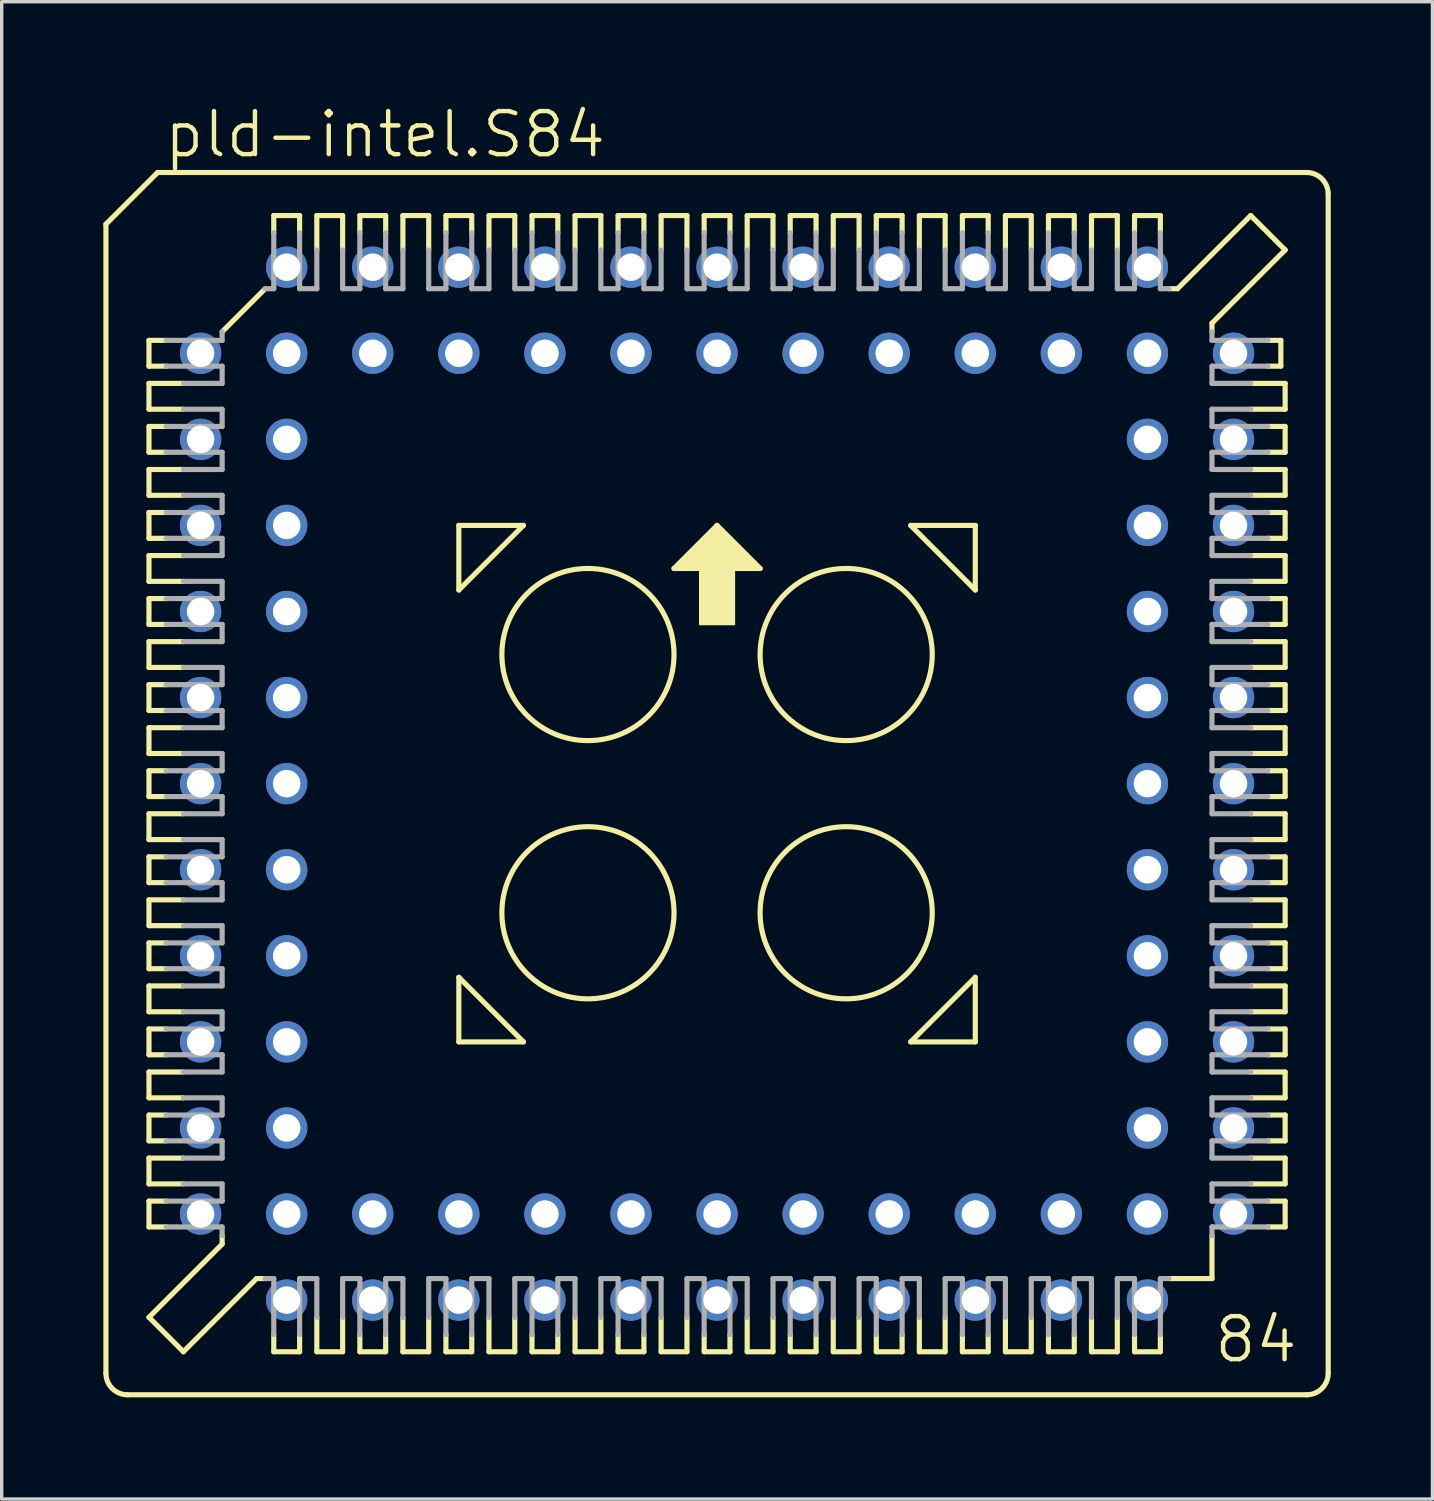
<source format=kicad_pcb>
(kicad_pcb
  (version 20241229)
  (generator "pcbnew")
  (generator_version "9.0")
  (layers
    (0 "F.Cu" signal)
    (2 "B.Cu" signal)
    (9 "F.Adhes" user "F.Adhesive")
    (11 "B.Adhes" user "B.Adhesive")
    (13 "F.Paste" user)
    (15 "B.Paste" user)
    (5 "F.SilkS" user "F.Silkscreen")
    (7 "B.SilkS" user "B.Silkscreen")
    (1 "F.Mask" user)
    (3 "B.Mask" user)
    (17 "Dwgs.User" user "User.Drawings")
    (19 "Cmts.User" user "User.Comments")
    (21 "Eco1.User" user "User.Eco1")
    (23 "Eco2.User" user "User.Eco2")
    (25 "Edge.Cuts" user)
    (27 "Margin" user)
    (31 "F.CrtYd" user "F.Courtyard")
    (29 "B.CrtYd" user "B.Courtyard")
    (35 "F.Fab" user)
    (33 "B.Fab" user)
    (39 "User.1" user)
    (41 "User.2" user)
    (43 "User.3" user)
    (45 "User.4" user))
  (footprint "pld-intel.S84"
    (layer "F.Cu")
    (at 18.11 20.075)
    (property "Reference" "pld-intel.S84" (at -16.383 -18.415 0) (layer "F.SilkS") (effects (font (size 1.27 1.27) (thickness 0.13)) (justify left bottom)))
    (attr through_hole)
    (fp_line (start -18.034 -16.51) (end -18.034 17.399) (stroke (width 0.152) (type default)) (layer "F.SilkS"))
    (fp_line (start -16.764 -13.081) (end -16.764 -12.319) (stroke (width 0.152) (type default)) (layer "F.SilkS"))
    (fp_line (start -16.764 -12.319) (end -16.256 -12.319) (stroke (width 0.152) (type default)) (layer "F.SilkS"))
    (fp_line (start -16.764 -11.811) (end -16.764 -11.049) (stroke (width 0.152) (type default)) (layer "F.SilkS"))
    (fp_line (start -16.764 -11.049) (end -15.748 -11.049) (stroke (width 0.152) (type default)) (layer "F.SilkS"))
    (fp_line (start -16.764 -10.541) (end -16.764 -9.779) (stroke (width 0.152) (type default)) (layer "F.SilkS"))
    (fp_line (start -16.764 -9.779) (end -16.256 -9.779) (stroke (width 0.152) (type default)) (layer "F.SilkS"))
    (fp_line (start -16.764 -9.271) (end -16.764 -8.509) (stroke (width 0.152) (type default)) (layer "F.SilkS"))
    (fp_line (start -16.764 -8.509) (end -15.748 -8.509) (stroke (width 0.152) (type default)) (layer "F.SilkS"))
    (fp_line (start -16.764 -8.001) (end -16.256 -8.001) (stroke (width 0.152) (type default)) (layer "F.SilkS"))
    (fp_line (start -16.764 -7.239) (end -16.764 -8.001) (stroke (width 0.152) (type default)) (layer "F.SilkS"))
    (fp_line (start -16.764 -6.731) (end -16.764 -5.969) (stroke (width 0.152) (type default)) (layer "F.SilkS"))
    (fp_line (start -16.764 -5.969) (end -15.748 -5.969) (stroke (width 0.152) (type default)) (layer "F.SilkS"))
    (fp_line (start -16.764 -5.461) (end -16.764 -4.699) (stroke (width 0.152) (type default)) (layer "F.SilkS"))
    (fp_line (start -16.764 -4.699) (end -16.256 -4.699) (stroke (width 0.152) (type default)) (layer "F.SilkS"))
    (fp_line (start -16.764 -4.191) (end -16.764 -3.429) (stroke (width 0.152) (type default)) (layer "F.SilkS"))
    (fp_line (start -16.764 -3.429) (end -15.748 -3.429) (stroke (width 0.152) (type default)) (layer "F.SilkS"))
    (fp_line (start -16.764 -2.921) (end -16.764 -2.159) (stroke (width 0.152) (type default)) (layer "F.SilkS"))
    (fp_line (start -16.764 -2.159) (end -16.256 -2.159) (stroke (width 0.152) (type default)) (layer "F.SilkS"))
    (fp_line (start -16.764 -1.651) (end -15.748 -1.651) (stroke (width 0.152) (type default)) (layer "F.SilkS"))
    (fp_line (start -16.764 -0.889) (end -16.764 -1.651) (stroke (width 0.152) (type default)) (layer "F.SilkS"))
    (fp_line (start -16.764 -0.381) (end -16.256 -0.381) (stroke (width 0.152) (type default)) (layer "F.SilkS"))
    (fp_line (start -16.764 0.381) (end -16.764 -0.381) (stroke (width 0.152) (type default)) (layer "F.SilkS"))
    (fp_line (start -16.764 0.889) (end -15.748 0.889) (stroke (width 0.152) (type default)) (layer "F.SilkS"))
    (fp_line (start -16.764 1.651) (end -16.764 0.889) (stroke (width 0.152) (type default)) (layer "F.SilkS"))
    (fp_line (start -16.764 2.159) (end -16.256 2.159) (stroke (width 0.152) (type default)) (layer "F.SilkS"))
    (fp_line (start -16.764 2.921) (end -16.764 2.159) (stroke (width 0.152) (type default)) (layer "F.SilkS"))
    (fp_line (start -16.764 3.429) (end -15.748 3.429) (stroke (width 0.152) (type default)) (layer "F.SilkS"))
    (fp_line (start -16.764 4.191) (end -16.764 3.429) (stroke (width 0.152) (type default)) (layer "F.SilkS"))
    (fp_line (start -16.764 4.699) (end -16.256 4.699) (stroke (width 0.152) (type default)) (layer "F.SilkS"))
    (fp_line (start -16.764 5.461) (end -16.764 4.699) (stroke (width 0.152) (type default)) (layer "F.SilkS"))
    (fp_line (start -16.764 5.969) (end -16.764 6.731) (stroke (width 0.152) (type default)) (layer "F.SilkS"))
    (fp_line (start -16.764 6.731) (end -15.748 6.731) (stroke (width 0.152) (type default)) (layer "F.SilkS"))
    (fp_line (start -16.764 7.239) (end -16.764 8.001) (stroke (width 0.152) (type default)) (layer "F.SilkS"))
    (fp_line (start -16.764 8.001) (end -16.256 8.001) (stroke (width 0.152) (type default)) (layer "F.SilkS"))
    (fp_line (start -16.764 8.509) (end -16.764 9.271) (stroke (width 0.152) (type default)) (layer "F.SilkS"))
    (fp_line (start -16.764 9.271) (end -15.748 9.271) (stroke (width 0.152) (type default)) (layer "F.SilkS"))
    (fp_line (start -16.764 9.779) (end -16.764 10.541) (stroke (width 0.152) (type default)) (layer "F.SilkS"))
    (fp_line (start -16.764 10.541) (end -16.256 10.541) (stroke (width 0.152) (type default)) (layer "F.SilkS"))
    (fp_line (start -16.764 11.049) (end -15.748 11.049) (stroke (width 0.152) (type default)) (layer "F.SilkS"))
    (fp_line (start -16.764 11.811) (end -16.764 11.049) (stroke (width 0.152) (type default)) (layer "F.SilkS"))
    (fp_line (start -16.764 12.319) (end -16.256 12.319) (stroke (width 0.152) (type default)) (layer "F.SilkS"))
    (fp_line (start -16.764 13.081) (end -16.764 12.319) (stroke (width 0.152) (type default)) (layer "F.SilkS"))
    (fp_line (start -16.764 15.748) (end -14.605 13.589) (stroke (width 0.152) (type default)) (layer "F.SilkS"))
    (fp_line (start -16.51 -18.034) (end -18.034 -16.51) (stroke (width 0.152) (type default)) (layer "F.SilkS"))
    (fp_line (start -16.256 -13.081) (end -16.764 -13.081) (stroke (width 0.152) (type default)) (layer "F.SilkS"))
    (fp_line (start -16.256 -10.541) (end -16.764 -10.541) (stroke (width 0.152) (type default)) (layer "F.SilkS"))
    (fp_line (start -16.256 -7.239) (end -16.764 -7.239) (stroke (width 0.152) (type default)) (layer "F.SilkS"))
    (fp_line (start -16.256 -5.461) (end -16.764 -5.461) (stroke (width 0.152) (type default)) (layer "F.SilkS"))
    (fp_line (start -16.256 -2.921) (end -16.764 -2.921) (stroke (width 0.152) (type default)) (layer "F.SilkS"))
    (fp_line (start -16.256 0.381) (end -16.764 0.381) (stroke (width 0.152) (type default)) (layer "F.SilkS"))
    (fp_line (start -16.256 2.921) (end -16.764 2.921) (stroke (width 0.152) (type default)) (layer "F.SilkS"))
    (fp_line (start -16.256 5.461) (end -16.764 5.461) (stroke (width 0.152) (type default)) (layer "F.SilkS"))
    (fp_line (start -16.256 7.239) (end -16.764 7.239) (stroke (width 0.152) (type default)) (layer "F.SilkS"))
    (fp_line (start -16.256 9.779) (end -16.764 9.779) (stroke (width 0.152) (type default)) (layer "F.SilkS"))
    (fp_line (start -16.256 13.081) (end -16.764 13.081) (stroke (width 0.152) (type default)) (layer "F.SilkS"))
    (fp_line (start -15.748 -11.811) (end -16.764 -11.811) (stroke (width 0.152) (type default)) (layer "F.SilkS"))
    (fp_line (start -15.748 -9.271) (end -16.764 -9.271) (stroke (width 0.152) (type default)) (layer "F.SilkS"))
    (fp_line (start -15.748 -6.731) (end -16.764 -6.731) (stroke (width 0.152) (type default)) (layer "F.SilkS"))
    (fp_line (start -15.748 -4.191) (end -16.764 -4.191) (stroke (width 0.152) (type default)) (layer "F.SilkS"))
    (fp_line (start -15.748 -0.889) (end -16.764 -0.889) (stroke (width 0.152) (type default)) (layer "F.SilkS"))
    (fp_line (start -15.748 1.651) (end -16.764 1.651) (stroke (width 0.152) (type default)) (layer "F.SilkS"))
    (fp_line (start -15.748 4.191) (end -16.764 4.191) (stroke (width 0.152) (type default)) (layer "F.SilkS"))
    (fp_line (start -15.748 5.969) (end -16.764 5.969) (stroke (width 0.152) (type default)) (layer "F.SilkS"))
    (fp_line (start -15.748 8.509) (end -16.764 8.509) (stroke (width 0.152) (type default)) (layer "F.SilkS"))
    (fp_line (start -15.748 11.811) (end -16.764 11.811) (stroke (width 0.152) (type default)) (layer "F.SilkS"))
    (fp_line (start -15.748 16.764) (end -16.764 15.748) (stroke (width 0.152) (type default)) (layer "F.SilkS"))
    (fp_line (start -15.748 16.764) (end -13.589 14.605) (stroke (width 0.152) (type default)) (layer "F.SilkS"))
    (fp_line (start -14.605 -13.335) (end -13.335 -14.605) (stroke (width 0.152) (type default)) (layer "F.SilkS"))
    (fp_line (start -14.605 13.589) (end -14.605 13.335) (stroke (width 0.152) (type default)) (layer "F.SilkS"))
    (fp_line (start -13.589 14.605) (end -13.335 14.605) (stroke (width 0.152) (type default)) (layer "F.SilkS"))
    (fp_line (start -13.081 -16.764) (end -13.081 -16.256) (stroke (width 0.152) (type default)) (layer "F.SilkS"))
    (fp_line (start -13.081 16.256) (end -13.081 16.764) (stroke (width 0.152) (type default)) (layer "F.SilkS"))
    (fp_line (start -13.081 16.764) (end -12.319 16.764) (stroke (width 0.152) (type default)) (layer "F.SilkS"))
    (fp_line (start -12.319 -16.764) (end -13.081 -16.764) (stroke (width 0.152) (type default)) (layer "F.SilkS"))
    (fp_line (start -12.319 -16.256) (end -12.319 -16.764) (stroke (width 0.152) (type default)) (layer "F.SilkS"))
    (fp_line (start -12.319 16.764) (end -12.319 16.256) (stroke (width 0.152) (type default)) (layer "F.SilkS"))
    (fp_line (start -11.811 -16.764) (end -11.049 -16.764) (stroke (width 0.152) (type default)) (layer "F.SilkS"))
    (fp_line (start -11.811 -15.748) (end -11.811 -16.764) (stroke (width 0.152) (type default)) (layer "F.SilkS"))
    (fp_line (start -11.811 15.748) (end -11.811 16.764) (stroke (width 0.152) (type default)) (layer "F.SilkS"))
    (fp_line (start -11.811 16.764) (end -11.049 16.764) (stroke (width 0.152) (type default)) (layer "F.SilkS"))
    (fp_line (start -11.049 -16.764) (end -11.049 -15.748) (stroke (width 0.152) (type default)) (layer "F.SilkS"))
    (fp_line (start -11.049 16.764) (end -11.049 15.748) (stroke (width 0.152) (type default)) (layer "F.SilkS"))
    (fp_line (start -10.541 -16.764) (end -10.541 -16.256) (stroke (width 0.152) (type default)) (layer "F.SilkS"))
    (fp_line (start -10.541 16.256) (end -10.541 16.764) (stroke (width 0.152) (type default)) (layer "F.SilkS"))
    (fp_line (start -10.541 16.764) (end -9.779 16.764) (stroke (width 0.152) (type default)) (layer "F.SilkS"))
    (fp_line (start -9.779 -16.764) (end -10.541 -16.764) (stroke (width 0.152) (type default)) (layer "F.SilkS"))
    (fp_line (start -9.779 -16.256) (end -9.779 -16.764) (stroke (width 0.152) (type default)) (layer "F.SilkS"))
    (fp_line (start -9.779 16.764) (end -9.779 16.256) (stroke (width 0.152) (type default)) (layer "F.SilkS"))
    (fp_line (start -9.271 -16.764) (end -9.271 -15.748) (stroke (width 0.152) (type default)) (layer "F.SilkS"))
    (fp_line (start -9.271 15.748) (end -9.271 16.764) (stroke (width 0.152) (type default)) (layer "F.SilkS"))
    (fp_line (start -9.271 16.764) (end -8.509 16.764) (stroke (width 0.152) (type default)) (layer "F.SilkS"))
    (fp_line (start -8.509 -16.764) (end -9.271 -16.764) (stroke (width 0.152) (type default)) (layer "F.SilkS"))
    (fp_line (start -8.509 -15.748) (end -8.509 -16.764) (stroke (width 0.152) (type default)) (layer "F.SilkS"))
    (fp_line (start -8.509 16.764) (end -8.509 15.748) (stroke (width 0.152) (type default)) (layer "F.SilkS"))
    (fp_line (start -8.001 -16.764) (end -8.001 -16.256) (stroke (width 0.152) (type default)) (layer "F.SilkS"))
    (fp_line (start -8.001 16.764) (end -8.001 16.256) (stroke (width 0.152) (type default)) (layer "F.SilkS"))
    (fp_line (start -7.62 -7.62) (end -5.715 -7.62) (stroke (width 0.152) (type default)) (layer "F.SilkS"))
    (fp_line (start -7.62 -5.715) (end -7.62 -7.62) (stroke (width 0.152) (type default)) (layer "F.SilkS"))
    (fp_line (start -7.62 5.715) (end -5.715 7.62) (stroke (width 0.152) (type default)) (layer "F.SilkS"))
    (fp_line (start -7.62 7.62) (end -7.62 5.715) (stroke (width 0.152) (type default)) (layer "F.SilkS"))
    (fp_line (start -7.239 -16.764) (end -8.001 -16.764) (stroke (width 0.152) (type default)) (layer "F.SilkS"))
    (fp_line (start -7.239 -16.256) (end -7.239 -16.764) (stroke (width 0.152) (type default)) (layer "F.SilkS"))
    (fp_line (start -7.239 16.256) (end -7.239 16.764) (stroke (width 0.152) (type default)) (layer "F.SilkS"))
    (fp_line (start -7.239 16.764) (end -8.001 16.764) (stroke (width 0.152) (type default)) (layer "F.SilkS"))
    (fp_line (start -6.731 -16.764) (end -6.731 -15.748) (stroke (width 0.152) (type default)) (layer "F.SilkS"))
    (fp_line (start -6.731 15.748) (end -6.731 16.764) (stroke (width 0.152) (type default)) (layer "F.SilkS"))
    (fp_line (start -6.731 16.764) (end -5.969 16.764) (stroke (width 0.152) (type default)) (layer "F.SilkS"))
    (fp_line (start -5.969 -16.764) (end -6.731 -16.764) (stroke (width 0.152) (type default)) (layer "F.SilkS"))
    (fp_line (start -5.969 -15.748) (end -5.969 -16.764) (stroke (width 0.152) (type default)) (layer "F.SilkS"))
    (fp_line (start -5.969 16.764) (end -5.969 15.748) (stroke (width 0.152) (type default)) (layer "F.SilkS"))
    (fp_line (start -5.715 -7.62) (end -7.62 -5.715) (stroke (width 0.152) (type default)) (layer "F.SilkS"))
    (fp_line (start -5.715 7.62) (end -7.62 7.62) (stroke (width 0.152) (type default)) (layer "F.SilkS"))
    (fp_line (start -5.461 -16.764) (end -5.461 -16.256) (stroke (width 0.152) (type default)) (layer "F.SilkS"))
    (fp_line (start -5.461 16.256) (end -5.461 16.764) (stroke (width 0.152) (type default)) (layer "F.SilkS"))
    (fp_line (start -5.461 16.764) (end -4.699 16.764) (stroke (width 0.152) (type default)) (layer "F.SilkS"))
    (fp_line (start -4.699 -16.764) (end -5.461 -16.764) (stroke (width 0.152) (type default)) (layer "F.SilkS"))
    (fp_line (start -4.699 -16.256) (end -4.699 -16.764) (stroke (width 0.152) (type default)) (layer "F.SilkS"))
    (fp_line (start -4.699 16.764) (end -4.699 16.256) (stroke (width 0.152) (type default)) (layer "F.SilkS"))
    (fp_line (start -4.191 -16.764) (end -4.191 -15.748) (stroke (width 0.152) (type default)) (layer "F.SilkS"))
    (fp_line (start -4.191 15.748) (end -4.191 16.764) (stroke (width 0.152) (type default)) (layer "F.SilkS"))
    (fp_line (start -4.191 16.764) (end -3.429 16.764) (stroke (width 0.152) (type default)) (layer "F.SilkS"))
    (fp_line (start -3.429 -16.764) (end -4.191 -16.764) (stroke (width 0.152) (type default)) (layer "F.SilkS"))
    (fp_line (start -3.429 -15.748) (end -3.429 -16.764) (stroke (width 0.152) (type default)) (layer "F.SilkS"))
    (fp_line (start -3.429 16.764) (end -3.429 15.748) (stroke (width 0.152) (type default)) (layer "F.SilkS"))
    (fp_line (start -2.921 -16.764) (end -2.921 -16.256) (stroke (width 0.152) (type default)) (layer "F.SilkS"))
    (fp_line (start -2.921 16.256) (end -2.921 16.764) (stroke (width 0.152) (type default)) (layer "F.SilkS"))
    (fp_line (start -2.921 16.764) (end -2.159 16.764) (stroke (width 0.152) (type default)) (layer "F.SilkS"))
    (fp_line (start -2.159 -16.764) (end -2.921 -16.764) (stroke (width 0.152) (type default)) (layer "F.SilkS"))
    (fp_line (start -2.159 -16.256) (end -2.159 -16.764) (stroke (width 0.152) (type default)) (layer "F.SilkS"))
    (fp_line (start -2.159 16.764) (end -2.159 16.256) (stroke (width 0.152) (type default)) (layer "F.SilkS"))
    (fp_line (start -1.651 -16.764) (end -1.651 -15.748) (stroke (width 0.152) (type default)) (layer "F.SilkS"))
    (fp_line (start -1.651 15.748) (end -1.651 16.764) (stroke (width 0.152) (type default)) (layer "F.SilkS"))
    (fp_line (start -1.651 16.764) (end -0.889 16.764) (stroke (width 0.152) (type default)) (layer "F.SilkS"))
    (fp_line (start -1.27 -6.35) (end 1.27 -6.35) (stroke (width 0.152) (type default)) (layer "F.SilkS"))
    (fp_line (start -0.889 -16.764) (end -1.651 -16.764) (stroke (width 0.152) (type default)) (layer "F.SilkS"))
    (fp_line (start -0.889 -15.748) (end -0.889 -16.764) (stroke (width 0.152) (type default)) (layer "F.SilkS"))
    (fp_line (start -0.889 16.764) (end -0.889 15.748) (stroke (width 0.152) (type default)) (layer "F.SilkS"))
    (fp_line (start -0.381 -16.764) (end -0.381 -16.256) (stroke (width 0.152) (type default)) (layer "F.SilkS"))
    (fp_line (start -0.381 16.256) (end -0.381 16.764) (stroke (width 0.152) (type default)) (layer "F.SilkS"))
    (fp_line (start -0.381 16.764) (end 0.381 16.764) (stroke (width 0.152) (type default)) (layer "F.SilkS"))
    (fp_line (start 0 -7.62) (end -1.27 -6.35) (stroke (width 0.152) (type default)) (layer "F.SilkS"))
    (fp_line (start 0.381 -16.764) (end -0.381 -16.764) (stroke (width 0.152) (type default)) (layer "F.SilkS"))
    (fp_line (start 0.381 -16.256) (end 0.381 -16.764) (stroke (width 0.152) (type default)) (layer "F.SilkS"))
    (fp_line (start 0.381 16.764) (end 0.381 16.256) (stroke (width 0.152) (type default)) (layer "F.SilkS"))
    (fp_line (start 0.889 -16.764) (end 0.889 -15.748) (stroke (width 0.152) (type default)) (layer "F.SilkS"))
    (fp_line (start 0.889 15.748) (end 0.889 16.764) (stroke (width 0.152) (type default)) (layer "F.SilkS"))
    (fp_line (start 0.889 16.764) (end 1.651 16.764) (stroke (width 0.152) (type default)) (layer "F.SilkS"))
    (fp_line (start 1.27 -6.35) (end 0 -7.62) (stroke (width 0.152) (type default)) (layer "F.SilkS"))
    (fp_line (start 1.651 -16.764) (end 0.889 -16.764) (stroke (width 0.152) (type default)) (layer "F.SilkS"))
    (fp_line (start 1.651 -15.748) (end 1.651 -16.764) (stroke (width 0.152) (type default)) (layer "F.SilkS"))
    (fp_line (start 1.651 16.764) (end 1.651 15.748) (stroke (width 0.152) (type default)) (layer "F.SilkS"))
    (fp_line (start 2.159 -16.764) (end 2.159 -16.256) (stroke (width 0.152) (type default)) (layer "F.SilkS"))
    (fp_line (start 2.159 16.256) (end 2.159 16.764) (stroke (width 0.152) (type default)) (layer "F.SilkS"))
    (fp_line (start 2.159 16.764) (end 2.921 16.764) (stroke (width 0.152) (type default)) (layer "F.SilkS"))
    (fp_line (start 2.921 -16.764) (end 2.159 -16.764) (stroke (width 0.152) (type default)) (layer "F.SilkS"))
    (fp_line (start 2.921 -16.256) (end 2.921 -16.764) (stroke (width 0.152) (type default)) (layer "F.SilkS"))
    (fp_line (start 2.921 16.764) (end 2.921 16.256) (stroke (width 0.152) (type default)) (layer "F.SilkS"))
    (fp_line (start 3.429 -16.764) (end 3.429 -15.748) (stroke (width 0.152) (type default)) (layer "F.SilkS"))
    (fp_line (start 3.429 15.748) (end 3.429 16.764) (stroke (width 0.152) (type default)) (layer "F.SilkS"))
    (fp_line (start 3.429 16.764) (end 4.191 16.764) (stroke (width 0.152) (type default)) (layer "F.SilkS"))
    (fp_line (start 4.191 -16.764) (end 3.429 -16.764) (stroke (width 0.152) (type default)) (layer "F.SilkS"))
    (fp_line (start 4.191 -15.748) (end 4.191 -16.764) (stroke (width 0.152) (type default)) (layer "F.SilkS"))
    (fp_line (start 4.191 16.764) (end 4.191 15.748) (stroke (width 0.152) (type default)) (layer "F.SilkS"))
    (fp_line (start 4.699 -16.764) (end 4.699 -16.256) (stroke (width 0.152) (type default)) (layer "F.SilkS"))
    (fp_line (start 4.699 16.256) (end 4.699 16.764) (stroke (width 0.152) (type default)) (layer "F.SilkS"))
    (fp_line (start 4.699 16.764) (end 5.461 16.764) (stroke (width 0.152) (type default)) (layer "F.SilkS"))
    (fp_line (start 5.461 -16.764) (end 4.699 -16.764) (stroke (width 0.152) (type default)) (layer "F.SilkS"))
    (fp_line (start 5.461 -16.256) (end 5.461 -16.764) (stroke (width 0.152) (type default)) (layer "F.SilkS"))
    (fp_line (start 5.461 16.764) (end 5.461 16.256) (stroke (width 0.152) (type default)) (layer "F.SilkS"))
    (fp_line (start 5.715 -7.62) (end 7.62 -5.715) (stroke (width 0.152) (type default)) (layer "F.SilkS"))
    (fp_line (start 5.715 7.62) (end 7.62 7.62) (stroke (width 0.152) (type default)) (layer "F.SilkS"))
    (fp_line (start 5.969 -16.764) (end 5.969 -15.748) (stroke (width 0.152) (type default)) (layer "F.SilkS"))
    (fp_line (start 5.969 15.748) (end 5.969 16.764) (stroke (width 0.152) (type default)) (layer "F.SilkS"))
    (fp_line (start 5.969 16.764) (end 6.731 16.764) (stroke (width 0.152) (type default)) (layer "F.SilkS"))
    (fp_line (start 6.731 -16.764) (end 5.969 -16.764) (stroke (width 0.152) (type default)) (layer "F.SilkS"))
    (fp_line (start 6.731 -15.748) (end 6.731 -16.764) (stroke (width 0.152) (type default)) (layer "F.SilkS"))
    (fp_line (start 6.731 16.764) (end 6.731 15.748) (stroke (width 0.152) (type default)) (layer "F.SilkS"))
    (fp_line (start 7.239 -16.764) (end 8.001 -16.764) (stroke (width 0.152) (type default)) (layer "F.SilkS"))
    (fp_line (start 7.239 -16.256) (end 7.239 -16.764) (stroke (width 0.152) (type default)) (layer "F.SilkS"))
    (fp_line (start 7.239 16.256) (end 7.239 16.764) (stroke (width 0.152) (type default)) (layer "F.SilkS"))
    (fp_line (start 7.239 16.764) (end 8.001 16.764) (stroke (width 0.152) (type default)) (layer "F.SilkS"))
    (fp_line (start 7.62 -7.62) (end 5.715 -7.62) (stroke (width 0.152) (type default)) (layer "F.SilkS"))
    (fp_line (start 7.62 -5.715) (end 7.62 -7.62) (stroke (width 0.152) (type default)) (layer "F.SilkS"))
    (fp_line (start 7.62 5.715) (end 5.715 7.62) (stroke (width 0.152) (type default)) (layer "F.SilkS"))
    (fp_line (start 7.62 7.62) (end 7.62 5.715) (stroke (width 0.152) (type default)) (layer "F.SilkS"))
    (fp_line (start 8.001 -16.764) (end 8.001 -16.256) (stroke (width 0.152) (type default)) (layer "F.SilkS"))
    (fp_line (start 8.001 16.764) (end 8.001 16.256) (stroke (width 0.152) (type default)) (layer "F.SilkS"))
    (fp_line (start 8.509 -16.764) (end 8.509 -15.748) (stroke (width 0.152) (type default)) (layer "F.SilkS"))
    (fp_line (start 8.509 15.748) (end 8.509 16.764) (stroke (width 0.152) (type default)) (layer "F.SilkS"))
    (fp_line (start 8.509 16.764) (end 9.271 16.764) (stroke (width 0.152) (type default)) (layer "F.SilkS"))
    (fp_line (start 9.271 -16.764) (end 8.509 -16.764) (stroke (width 0.152) (type default)) (layer "F.SilkS"))
    (fp_line (start 9.271 -15.748) (end 9.271 -16.764) (stroke (width 0.152) (type default)) (layer "F.SilkS"))
    (fp_line (start 9.271 16.764) (end 9.271 15.748) (stroke (width 0.152) (type default)) (layer "F.SilkS"))
    (fp_line (start 9.779 -16.764) (end 9.779 -16.256) (stroke (width 0.152) (type default)) (layer "F.SilkS"))
    (fp_line (start 9.779 16.256) (end 9.779 16.764) (stroke (width 0.152) (type default)) (layer "F.SilkS"))
    (fp_line (start 9.779 16.764) (end 10.541 16.764) (stroke (width 0.152) (type default)) (layer "F.SilkS"))
    (fp_line (start 10.541 -16.764) (end 9.779 -16.764) (stroke (width 0.152) (type default)) (layer "F.SilkS"))
    (fp_line (start 10.541 -16.256) (end 10.541 -16.764) (stroke (width 0.152) (type default)) (layer "F.SilkS"))
    (fp_line (start 10.541 16.764) (end 10.541 16.256) (stroke (width 0.152) (type default)) (layer "F.SilkS"))
    (fp_line (start 11.049 -16.764) (end 11.049 -15.748) (stroke (width 0.152) (type default)) (layer "F.SilkS"))
    (fp_line (start 11.049 16.764) (end 11.049 15.748) (stroke (width 0.152) (type default)) (layer "F.SilkS"))
    (fp_line (start 11.811 -16.764) (end 11.049 -16.764) (stroke (width 0.152) (type default)) (layer "F.SilkS"))
    (fp_line (start 11.811 -15.748) (end 11.811 -16.764) (stroke (width 0.152) (type default)) (layer "F.SilkS"))
    (fp_line (start 11.811 15.748) (end 11.811 16.764) (stroke (width 0.152) (type default)) (layer "F.SilkS"))
    (fp_line (start 11.811 16.764) (end 11.049 16.764) (stroke (width 0.152) (type default)) (layer "F.SilkS"))
    (fp_line (start 12.319 -16.764) (end 12.319 -16.256) (stroke (width 0.152) (type default)) (layer "F.SilkS"))
    (fp_line (start 12.319 16.256) (end 12.319 16.764) (stroke (width 0.152) (type default)) (layer "F.SilkS"))
    (fp_line (start 12.319 16.764) (end 13.081 16.764) (stroke (width 0.152) (type default)) (layer "F.SilkS"))
    (fp_line (start 13.081 -16.764) (end 12.319 -16.764) (stroke (width 0.152) (type default)) (layer "F.SilkS"))
    (fp_line (start 13.081 -16.256) (end 13.081 -16.764) (stroke (width 0.152) (type default)) (layer "F.SilkS"))
    (fp_line (start 13.081 16.764) (end 13.081 16.256) (stroke (width 0.152) (type default)) (layer "F.SilkS"))
    (fp_line (start 13.335 14.605) (end 14.605 14.605) (stroke (width 0.152) (type default)) (layer "F.SilkS"))
    (fp_line (start 13.589 -14.605) (end 13.335 -14.605) (stroke (width 0.152) (type default)) (layer "F.SilkS"))
    (fp_line (start 14.605 -13.589) (end 14.605 -13.335) (stroke (width 0.152) (type default)) (layer "F.SilkS"))
    (fp_line (start 14.605 14.605) (end 14.605 13.335) (stroke (width 0.152) (type default)) (layer "F.SilkS"))
    (fp_line (start 15.748 -16.764) (end 13.589 -14.605) (stroke (width 0.152) (type default)) (layer "F.SilkS"))
    (fp_line (start 15.748 -11.811) (end 16.764 -11.811) (stroke (width 0.152) (type default)) (layer "F.SilkS"))
    (fp_line (start 15.748 -8.509) (end 16.764 -8.509) (stroke (width 0.152) (type default)) (layer "F.SilkS"))
    (fp_line (start 15.748 -5.969) (end 16.764 -5.969) (stroke (width 0.152) (type default)) (layer "F.SilkS"))
    (fp_line (start 15.748 -4.191) (end 16.764 -4.191) (stroke (width 0.152) (type default)) (layer "F.SilkS"))
    (fp_line (start 15.748 -1.651) (end 16.764 -1.651) (stroke (width 0.152) (type default)) (layer "F.SilkS"))
    (fp_line (start 15.748 0.889) (end 16.764 0.889) (stroke (width 0.152) (type default)) (layer "F.SilkS"))
    (fp_line (start 15.748 4.191) (end 16.764 4.191) (stroke (width 0.152) (type default)) (layer "F.SilkS"))
    (fp_line (start 15.748 6.731) (end 16.764 6.731) (stroke (width 0.152) (type default)) (layer "F.SilkS"))
    (fp_line (start 15.748 9.271) (end 16.764 9.271) (stroke (width 0.152) (type default)) (layer "F.SilkS"))
    (fp_line (start 15.748 11.811) (end 16.764 11.811) (stroke (width 0.152) (type default)) (layer "F.SilkS"))
    (fp_line (start 16.256 -13.081) (end 16.637 -13.081) (stroke (width 0.152) (type default)) (layer "F.SilkS"))
    (fp_line (start 16.256 -9.779) (end 16.764 -9.779) (stroke (width 0.152) (type default)) (layer "F.SilkS"))
    (fp_line (start 16.256 -7.239) (end 16.764 -7.239) (stroke (width 0.152) (type default)) (layer "F.SilkS"))
    (fp_line (start 16.256 -5.461) (end 16.764 -5.461) (stroke (width 0.152) (type default)) (layer "F.SilkS"))
    (fp_line (start 16.256 -2.921) (end 16.764 -2.921) (stroke (width 0.152) (type default)) (layer "F.SilkS"))
    (fp_line (start 16.256 -0.381) (end 16.764 -0.381) (stroke (width 0.152) (type default)) (layer "F.SilkS"))
    (fp_line (start 16.256 2.921) (end 16.764 2.921) (stroke (width 0.152) (type default)) (layer "F.SilkS"))
    (fp_line (start 16.256 5.461) (end 16.764 5.461) (stroke (width 0.152) (type default)) (layer "F.SilkS"))
    (fp_line (start 16.256 7.239) (end 16.764 7.239) (stroke (width 0.152) (type default)) (layer "F.SilkS"))
    (fp_line (start 16.256 10.541) (end 16.764 10.541) (stroke (width 0.152) (type default)) (layer "F.SilkS"))
    (fp_line (start 16.256 13.081) (end 16.764 13.081) (stroke (width 0.152) (type default)) (layer "F.SilkS"))
    (fp_line (start 16.637 -13.081) (end 16.637 -12.319) (stroke (width 0.152) (type default)) (layer "F.SilkS"))
    (fp_line (start 16.637 -12.319) (end 16.256 -12.319) (stroke (width 0.152) (type default)) (layer "F.SilkS"))
    (fp_line (start 16.764 -15.748) (end 14.605 -13.589) (stroke (width 0.152) (type default)) (layer "F.SilkS"))
    (fp_line (start 16.764 -15.748) (end 15.748 -16.764) (stroke (width 0.152) (type default)) (layer "F.SilkS"))
    (fp_line (start 16.764 -11.811) (end 16.764 -11.049) (stroke (width 0.152) (type default)) (layer "F.SilkS"))
    (fp_line (start 16.764 -11.049) (end 15.748 -11.049) (stroke (width 0.152) (type default)) (layer "F.SilkS"))
    (fp_line (start 16.764 -10.541) (end 16.256 -10.541) (stroke (width 0.152) (type default)) (layer "F.SilkS"))
    (fp_line (start 16.764 -9.779) (end 16.764 -10.541) (stroke (width 0.152) (type default)) (layer "F.SilkS"))
    (fp_line (start 16.764 -9.271) (end 15.748 -9.271) (stroke (width 0.152) (type default)) (layer "F.SilkS"))
    (fp_line (start 16.764 -8.509) (end 16.764 -9.271) (stroke (width 0.152) (type default)) (layer "F.SilkS"))
    (fp_line (start 16.764 -8.001) (end 16.256 -8.001) (stroke (width 0.152) (type default)) (layer "F.SilkS"))
    (fp_line (start 16.764 -7.239) (end 16.764 -8.001) (stroke (width 0.152) (type default)) (layer "F.SilkS"))
    (fp_line (start 16.764 -6.731) (end 15.748 -6.731) (stroke (width 0.152) (type default)) (layer "F.SilkS"))
    (fp_line (start 16.764 -5.969) (end 16.764 -6.731) (stroke (width 0.152) (type default)) (layer "F.SilkS"))
    (fp_line (start 16.764 -5.461) (end 16.764 -4.699) (stroke (width 0.152) (type default)) (layer "F.SilkS"))
    (fp_line (start 16.764 -4.699) (end 16.256 -4.699) (stroke (width 0.152) (type default)) (layer "F.SilkS"))
    (fp_line (start 16.764 -4.191) (end 16.764 -3.429) (stroke (width 0.152) (type default)) (layer "F.SilkS"))
    (fp_line (start 16.764 -3.429) (end 15.748 -3.429) (stroke (width 0.152) (type default)) (layer "F.SilkS"))
    (fp_line (start 16.764 -2.921) (end 16.764 -2.159) (stroke (width 0.152) (type default)) (layer "F.SilkS"))
    (fp_line (start 16.764 -2.159) (end 16.256 -2.159) (stroke (width 0.152) (type default)) (layer "F.SilkS"))
    (fp_line (start 16.764 -1.651) (end 16.764 -0.889) (stroke (width 0.152) (type default)) (layer "F.SilkS"))
    (fp_line (start 16.764 -0.889) (end 15.748 -0.889) (stroke (width 0.152) (type default)) (layer "F.SilkS"))
    (fp_line (start 16.764 -0.381) (end 16.764 0.381) (stroke (width 0.152) (type default)) (layer "F.SilkS"))
    (fp_line (start 16.764 0.381) (end 16.256 0.381) (stroke (width 0.152) (type default)) (layer "F.SilkS"))
    (fp_line (start 16.764 0.889) (end 16.764 1.651) (stroke (width 0.152) (type default)) (layer "F.SilkS"))
    (fp_line (start 16.764 1.651) (end 15.748 1.651) (stroke (width 0.152) (type default)) (layer "F.SilkS"))
    (fp_line (start 16.764 2.159) (end 16.256 2.159) (stroke (width 0.152) (type default)) (layer "F.SilkS"))
    (fp_line (start 16.764 2.921) (end 16.764 2.159) (stroke (width 0.152) (type default)) (layer "F.SilkS"))
    (fp_line (start 16.764 3.429) (end 15.748 3.429) (stroke (width 0.152) (type default)) (layer "F.SilkS"))
    (fp_line (start 16.764 4.191) (end 16.764 3.429) (stroke (width 0.152) (type default)) (layer "F.SilkS"))
    (fp_line (start 16.764 4.699) (end 16.256 4.699) (stroke (width 0.152) (type default)) (layer "F.SilkS"))
    (fp_line (start 16.764 5.461) (end 16.764 4.699) (stroke (width 0.152) (type default)) (layer "F.SilkS"))
    (fp_line (start 16.764 5.969) (end 15.748 5.969) (stroke (width 0.152) (type default)) (layer "F.SilkS"))
    (fp_line (start 16.764 6.731) (end 16.764 5.969) (stroke (width 0.152) (type default)) (layer "F.SilkS"))
    (fp_line (start 16.764 7.239) (end 16.764 8.001) (stroke (width 0.152) (type default)) (layer "F.SilkS"))
    (fp_line (start 16.764 8.001) (end 16.256 8.001) (stroke (width 0.152) (type default)) (layer "F.SilkS"))
    (fp_line (start 16.764 8.509) (end 15.748 8.509) (stroke (width 0.152) (type default)) (layer "F.SilkS"))
    (fp_line (start 16.764 9.271) (end 16.764 8.509) (stroke (width 0.152) (type default)) (layer "F.SilkS"))
    (fp_line (start 16.764 9.779) (end 16.256 9.779) (stroke (width 0.152) (type default)) (layer "F.SilkS"))
    (fp_line (start 16.764 10.541) (end 16.764 9.779) (stroke (width 0.152) (type default)) (layer "F.SilkS"))
    (fp_line (start 16.764 11.049) (end 15.748 11.049) (stroke (width 0.152) (type default)) (layer "F.SilkS"))
    (fp_line (start 16.764 11.811) (end 16.764 11.049) (stroke (width 0.152) (type default)) (layer "F.SilkS"))
    (fp_line (start 16.764 12.319) (end 16.256 12.319) (stroke (width 0.152) (type default)) (layer "F.SilkS"))
    (fp_line (start 16.764 13.081) (end 16.764 12.319) (stroke (width 0.152) (type default)) (layer "F.SilkS"))
    (fp_line (start 17.399 -18.034) (end -16.51 -18.034) (stroke (width 0.152) (type default)) (layer "F.SilkS"))
    (fp_line (start 17.399 18.034) (end -17.399 18.034) (stroke (width 0.152) (type default)) (layer "F.SilkS"))
    (fp_line (start 18.034 -17.399) (end 18.034 17.399) (stroke (width 0.152) (type default)) (layer "F.SilkS"))
    (fp_rect (start -1.143 -6.35) (end -0.889 -6.477) (stroke (width 0.05) (type default)) (fill yes) (layer "F.SilkS"))
    (fp_rect (start -1.016 -6.477) (end -0.889 -6.604) (stroke (width 0.05) (type default)) (fill yes) (layer "F.SilkS"))
    (fp_rect (start -0.889 -6.35) (end 0.889 -6.731) (stroke (width 0.05) (type default)) (fill yes) (layer "F.SilkS"))
    (fp_rect (start -0.762 -6.731) (end -0.635 -6.858) (stroke (width 0.05) (type default)) (fill yes) (layer "F.SilkS"))
    (fp_rect (start -0.635 -6.731) (end 0.635 -6.985) (stroke (width 0.05) (type default)) (fill yes) (layer "F.SilkS"))
    (fp_rect (start -0.508 -6.985) (end -0.381 -7.112) (stroke (width 0.05) (type default)) (fill yes) (layer "F.SilkS"))
    (fp_rect (start -0.508 -4.699) (end 0.508 -6.604) (stroke (width 0.05) (type default)) (fill yes) (layer "F.SilkS"))
    (fp_rect (start -0.381 -6.985) (end 0.381 -7.239) (stroke (width 0.05) (type default)) (fill yes) (layer "F.SilkS"))
    (fp_rect (start -0.254 -7.239) (end -0.127 -7.366) (stroke (width 0.05) (type default)) (fill yes) (layer "F.SilkS"))
    (fp_rect (start -0.127 -7.239) (end 0.127 -7.493) (stroke (width 0.05) (type default)) (fill yes) (layer "F.SilkS"))
    (fp_rect (start 0.127 -7.239) (end 0.254 -7.366) (stroke (width 0.05) (type default)) (fill yes) (layer "F.SilkS"))
    (fp_rect (start 0.381 -6.985) (end 0.508 -7.112) (stroke (width 0.05) (type default)) (fill yes) (layer "F.SilkS"))
    (fp_rect (start 0.635 -6.731) (end 0.762 -6.858) (stroke (width 0.05) (type default)) (fill yes) (layer "F.SilkS"))
    (fp_rect (start 0.889 -6.477) (end 1.016 -6.604) (stroke (width 0.05) (type default)) (fill yes) (layer "F.SilkS"))
    (fp_rect (start 0.889 -6.35) (end 1.143 -6.477) (stroke (width 0.05) (type default)) (fill yes) (layer "F.SilkS"))
    (fp_arc (start -17.399 18.034) (mid -17.848013 17.848013) (end -18.034 17.399) (stroke (width 0.1524) (type default)) (layer "F.SilkS"))
    (fp_arc (start 17.399 -18.034) (mid 17.848013 -17.848013) (end 18.034 -17.399) (stroke (width 0.1524) (type default)) (layer "F.SilkS"))
    (fp_arc (start 18.034 17.399) (mid 17.848013 17.848013) (end 17.399 18.034) (stroke (width 0.1524) (type default)) (layer "F.SilkS"))
    (fp_circle (center -3.81 -3.81) (end -1.27 -3.81) (stroke (width 0.152) (type default)) (fill no) (layer "F.SilkS"))
    (fp_circle (center -3.81 3.81) (end -1.27 3.81) (stroke (width 0.152) (type default)) (fill no) (layer "F.SilkS"))
    (fp_circle (center 3.81 -3.81) (end 6.35 -3.81) (stroke (width 0.152) (type default)) (fill no) (layer "F.SilkS"))
    (fp_circle (center 3.81 3.81) (end 6.35 3.81) (stroke (width 0.152) (type default)) (fill no) (layer "F.SilkS"))
    (fp_line (start -16.256 -13.081) (end -14.605 -13.081) (stroke (width 0.152) (type default)) (layer "F.Fab"))
    (fp_line (start -16.256 -10.541) (end -14.605 -10.541) (stroke (width 0.152) (type default)) (layer "F.Fab"))
    (fp_line (start -16.256 -7.239) (end -14.605 -7.239) (stroke (width 0.152) (type default)) (layer "F.Fab"))
    (fp_line (start -16.256 -5.461) (end -14.605 -5.461) (stroke (width 0.152) (type default)) (layer "F.Fab"))
    (fp_line (start -16.256 -2.921) (end -14.605 -2.921) (stroke (width 0.152) (type default)) (layer "F.Fab"))
    (fp_line (start -16.256 0.381) (end -14.605 0.381) (stroke (width 0.152) (type default)) (layer "F.Fab"))
    (fp_line (start -16.256 2.921) (end -14.605 2.921) (stroke (width 0.152) (type default)) (layer "F.Fab"))
    (fp_line (start -16.256 5.461) (end -14.605 5.461) (stroke (width 0.152) (type default)) (layer "F.Fab"))
    (fp_line (start -16.256 7.239) (end -14.605 7.239) (stroke (width 0.152) (type default)) (layer "F.Fab"))
    (fp_line (start -16.256 9.779) (end -14.605 9.779) (stroke (width 0.152) (type default)) (layer "F.Fab"))
    (fp_line (start -16.256 13.081) (end -14.605 13.081) (stroke (width 0.152) (type default)) (layer "F.Fab"))
    (fp_line (start -15.748 -11.811) (end -14.605 -11.811) (stroke (width 0.152) (type default)) (layer "F.Fab"))
    (fp_line (start -15.748 -9.271) (end -14.605 -9.271) (stroke (width 0.152) (type default)) (layer "F.Fab"))
    (fp_line (start -15.748 -6.731) (end -14.605 -6.731) (stroke (width 0.152) (type default)) (layer "F.Fab"))
    (fp_line (start -15.748 -4.191) (end -14.605 -4.191) (stroke (width 0.152) (type default)) (layer "F.Fab"))
    (fp_line (start -15.748 -0.889) (end -14.605 -0.889) (stroke (width 0.152) (type default)) (layer "F.Fab"))
    (fp_line (start -15.748 1.651) (end -14.605 1.651) (stroke (width 0.152) (type default)) (layer "F.Fab"))
    (fp_line (start -15.748 4.191) (end -14.605 4.191) (stroke (width 0.152) (type default)) (layer "F.Fab"))
    (fp_line (start -15.748 5.969) (end -14.605 5.969) (stroke (width 0.152) (type default)) (layer "F.Fab"))
    (fp_line (start -15.748 8.509) (end -14.605 8.509) (stroke (width 0.152) (type default)) (layer "F.Fab"))
    (fp_line (start -15.748 11.811) (end -14.605 11.811) (stroke (width 0.152) (type default)) (layer "F.Fab"))
    (fp_line (start -14.605 -13.081) (end -14.605 -13.335) (stroke (width 0.152) (type default)) (layer "F.Fab"))
    (fp_line (start -14.605 -12.319) (end -16.256 -12.319) (stroke (width 0.152) (type default)) (layer "F.Fab"))
    (fp_line (start -14.605 -12.319) (end -14.605 -11.811) (stroke (width 0.152) (type default)) (layer "F.Fab"))
    (fp_line (start -14.605 -11.049) (end -15.748 -11.049) (stroke (width 0.152) (type default)) (layer "F.Fab"))
    (fp_line (start -14.605 -11.049) (end -14.605 -10.541) (stroke (width 0.152) (type default)) (layer "F.Fab"))
    (fp_line (start -14.605 -9.779) (end -16.256 -9.779) (stroke (width 0.152) (type default)) (layer "F.Fab"))
    (fp_line (start -14.605 -9.779) (end -14.605 -9.271) (stroke (width 0.152) (type default)) (layer "F.Fab"))
    (fp_line (start -14.605 -8.509) (end -15.748 -8.509) (stroke (width 0.152) (type default)) (layer "F.Fab"))
    (fp_line (start -14.605 -8.001) (end -16.256 -8.001) (stroke (width 0.152) (type default)) (layer "F.Fab"))
    (fp_line (start -14.605 -8.001) (end -14.605 -8.509) (stroke (width 0.152) (type default)) (layer "F.Fab"))
    (fp_line (start -14.605 -6.731) (end -14.605 -7.239) (stroke (width 0.152) (type default)) (layer "F.Fab"))
    (fp_line (start -14.605 -5.969) (end -15.748 -5.969) (stroke (width 0.152) (type default)) (layer "F.Fab"))
    (fp_line (start -14.605 -5.969) (end -14.605 -5.461) (stroke (width 0.152) (type default)) (layer "F.Fab"))
    (fp_line (start -14.605 -4.699) (end -16.256 -4.699) (stroke (width 0.152) (type default)) (layer "F.Fab"))
    (fp_line (start -14.605 -4.699) (end -14.605 -4.191) (stroke (width 0.152) (type default)) (layer "F.Fab"))
    (fp_line (start -14.605 -3.429) (end -15.748 -3.429) (stroke (width 0.152) (type default)) (layer "F.Fab"))
    (fp_line (start -14.605 -3.429) (end -14.605 -2.921) (stroke (width 0.152) (type default)) (layer "F.Fab"))
    (fp_line (start -14.605 -2.159) (end -16.256 -2.159) (stroke (width 0.152) (type default)) (layer "F.Fab"))
    (fp_line (start -14.605 -2.159) (end -14.605 -1.651) (stroke (width 0.152) (type default)) (layer "F.Fab"))
    (fp_line (start -14.605 -1.651) (end -15.748 -1.651) (stroke (width 0.152) (type default)) (layer "F.Fab"))
    (fp_line (start -14.605 -0.381) (end -16.256 -0.381) (stroke (width 0.152) (type default)) (layer "F.Fab"))
    (fp_line (start -14.605 -0.381) (end -14.605 -0.889) (stroke (width 0.152) (type default)) (layer "F.Fab"))
    (fp_line (start -14.605 0.889) (end -15.748 0.889) (stroke (width 0.152) (type default)) (layer "F.Fab"))
    (fp_line (start -14.605 0.889) (end -14.605 0.381) (stroke (width 0.152) (type default)) (layer "F.Fab"))
    (fp_line (start -14.605 2.159) (end -16.256 2.159) (stroke (width 0.152) (type default)) (layer "F.Fab"))
    (fp_line (start -14.605 2.159) (end -14.605 1.651) (stroke (width 0.152) (type default)) (layer "F.Fab"))
    (fp_line (start -14.605 3.429) (end -15.748 3.429) (stroke (width 0.152) (type default)) (layer "F.Fab"))
    (fp_line (start -14.605 3.429) (end -14.605 2.921) (stroke (width 0.152) (type default)) (layer "F.Fab"))
    (fp_line (start -14.605 4.699) (end -16.256 4.699) (stroke (width 0.152) (type default)) (layer "F.Fab"))
    (fp_line (start -14.605 4.699) (end -14.605 4.191) (stroke (width 0.152) (type default)) (layer "F.Fab"))
    (fp_line (start -14.605 5.461) (end -14.605 5.969) (stroke (width 0.152) (type default)) (layer "F.Fab"))
    (fp_line (start -14.605 6.731) (end -15.748 6.731) (stroke (width 0.152) (type default)) (layer "F.Fab"))
    (fp_line (start -14.605 6.731) (end -14.605 7.239) (stroke (width 0.152) (type default)) (layer "F.Fab"))
    (fp_line (start -14.605 8.001) (end -16.256 8.001) (stroke (width 0.152) (type default)) (layer "F.Fab"))
    (fp_line (start -14.605 8.001) (end -14.605 8.509) (stroke (width 0.152) (type default)) (layer "F.Fab"))
    (fp_line (start -14.605 9.271) (end -15.748 9.271) (stroke (width 0.152) (type default)) (layer "F.Fab"))
    (fp_line (start -14.605 9.271) (end -14.605 9.779) (stroke (width 0.152) (type default)) (layer "F.Fab"))
    (fp_line (start -14.605 10.541) (end -16.256 10.541) (stroke (width 0.152) (type default)) (layer "F.Fab"))
    (fp_line (start -14.605 11.049) (end -15.748 11.049) (stroke (width 0.152) (type default)) (layer "F.Fab"))
    (fp_line (start -14.605 11.049) (end -14.605 10.541) (stroke (width 0.152) (type default)) (layer "F.Fab"))
    (fp_line (start -14.605 12.319) (end -16.256 12.319) (stroke (width 0.152) (type default)) (layer "F.Fab"))
    (fp_line (start -14.605 12.319) (end -14.605 11.811) (stroke (width 0.152) (type default)) (layer "F.Fab"))
    (fp_line (start -14.605 13.081) (end -14.605 13.335) (stroke (width 0.152) (type default)) (layer "F.Fab"))
    (fp_line (start -13.335 -14.605) (end -13.081 -14.605) (stroke (width 0.152) (type default)) (layer "F.Fab"))
    (fp_line (start -13.081 -14.605) (end -13.081 -16.256) (stroke (width 0.152) (type default)) (layer "F.Fab"))
    (fp_line (start -13.081 14.605) (end -13.335 14.605) (stroke (width 0.152) (type default)) (layer "F.Fab"))
    (fp_line (start -13.081 16.256) (end -13.081 14.605) (stroke (width 0.152) (type default)) (layer "F.Fab"))
    (fp_line (start -12.319 -16.256) (end -12.319 -14.605) (stroke (width 0.152) (type default)) (layer "F.Fab"))
    (fp_line (start -12.319 -14.605) (end -11.811 -14.605) (stroke (width 0.152) (type default)) (layer "F.Fab"))
    (fp_line (start -12.319 14.605) (end -12.319 16.256) (stroke (width 0.152) (type default)) (layer "F.Fab"))
    (fp_line (start -12.319 14.605) (end -11.811 14.605) (stroke (width 0.152) (type default)) (layer "F.Fab"))
    (fp_line (start -11.811 -15.748) (end -11.811 -14.605) (stroke (width 0.152) (type default)) (layer "F.Fab"))
    (fp_line (start -11.811 15.748) (end -11.811 14.605) (stroke (width 0.152) (type default)) (layer "F.Fab"))
    (fp_line (start -11.049 -14.605) (end -11.049 -15.748) (stroke (width 0.152) (type default)) (layer "F.Fab"))
    (fp_line (start -11.049 -14.605) (end -10.541 -14.605) (stroke (width 0.152) (type default)) (layer "F.Fab"))
    (fp_line (start -11.049 14.605) (end -11.049 15.748) (stroke (width 0.152) (type default)) (layer "F.Fab"))
    (fp_line (start -11.049 14.605) (end -10.541 14.605) (stroke (width 0.152) (type default)) (layer "F.Fab"))
    (fp_line (start -10.541 -14.605) (end -10.541 -16.256) (stroke (width 0.152) (type default)) (layer "F.Fab"))
    (fp_line (start -10.541 16.256) (end -10.541 14.605) (stroke (width 0.152) (type default)) (layer "F.Fab"))
    (fp_line (start -9.779 -16.256) (end -9.779 -14.605) (stroke (width 0.152) (type default)) (layer "F.Fab"))
    (fp_line (start -9.779 14.605) (end -9.779 16.256) (stroke (width 0.152) (type default)) (layer "F.Fab"))
    (fp_line (start -9.779 14.605) (end -9.271 14.605) (stroke (width 0.152) (type default)) (layer "F.Fab"))
    (fp_line (start -9.271 -14.605) (end -9.779 -14.605) (stroke (width 0.152) (type default)) (layer "F.Fab"))
    (fp_line (start -9.271 -14.605) (end -9.271 -15.748) (stroke (width 0.152) (type default)) (layer "F.Fab"))
    (fp_line (start -9.271 15.748) (end -9.271 14.605) (stroke (width 0.152) (type default)) (layer "F.Fab"))
    (fp_line (start -8.509 -15.748) (end -8.509 -14.605) (stroke (width 0.152) (type default)) (layer "F.Fab"))
    (fp_line (start -8.509 14.605) (end -8.509 15.748) (stroke (width 0.152) (type default)) (layer "F.Fab"))
    (fp_line (start -8.001 -14.605) (end -8.509 -14.605) (stroke (width 0.152) (type default)) (layer "F.Fab"))
    (fp_line (start -8.001 -14.605) (end -8.001 -16.256) (stroke (width 0.152) (type default)) (layer "F.Fab"))
    (fp_line (start -8.001 14.605) (end -8.509 14.605) (stroke (width 0.152) (type default)) (layer "F.Fab"))
    (fp_line (start -8.001 14.605) (end -8.001 16.256) (stroke (width 0.152) (type default)) (layer "F.Fab"))
    (fp_line (start -7.239 -16.256) (end -7.239 -14.605) (stroke (width 0.152) (type default)) (layer "F.Fab"))
    (fp_line (start -7.239 16.256) (end -7.239 14.605) (stroke (width 0.152) (type default)) (layer "F.Fab"))
    (fp_line (start -6.731 -14.605) (end -7.239 -14.605) (stroke (width 0.152) (type default)) (layer "F.Fab"))
    (fp_line (start -6.731 -14.605) (end -6.731 -15.748) (stroke (width 0.152) (type default)) (layer "F.Fab"))
    (fp_line (start -6.731 14.605) (end -7.239 14.605) (stroke (width 0.152) (type default)) (layer "F.Fab"))
    (fp_line (start -6.731 15.748) (end -6.731 14.605) (stroke (width 0.152) (type default)) (layer "F.Fab"))
    (fp_line (start -5.969 -15.748) (end -5.969 -14.605) (stroke (width 0.152) (type default)) (layer "F.Fab"))
    (fp_line (start -5.969 14.605) (end -5.969 15.748) (stroke (width 0.152) (type default)) (layer "F.Fab"))
    (fp_line (start -5.969 14.605) (end -5.461 14.605) (stroke (width 0.152) (type default)) (layer "F.Fab"))
    (fp_line (start -5.461 -14.605) (end -5.969 -14.605) (stroke (width 0.152) (type default)) (layer "F.Fab"))
    (fp_line (start -5.461 -14.605) (end -5.461 -16.256) (stroke (width 0.152) (type default)) (layer "F.Fab"))
    (fp_line (start -5.461 16.256) (end -5.461 14.605) (stroke (width 0.152) (type default)) (layer "F.Fab"))
    (fp_line (start -4.699 -16.256) (end -4.699 -14.605) (stroke (width 0.152) (type default)) (layer "F.Fab"))
    (fp_line (start -4.699 14.605) (end -4.699 16.256) (stroke (width 0.152) (type default)) (layer "F.Fab"))
    (fp_line (start -4.699 14.605) (end -4.191 14.605) (stroke (width 0.152) (type default)) (layer "F.Fab"))
    (fp_line (start -4.191 -14.605) (end -4.699 -14.605) (stroke (width 0.152) (type default)) (layer "F.Fab"))
    (fp_line (start -4.191 -14.605) (end -4.191 -15.748) (stroke (width 0.152) (type default)) (layer "F.Fab"))
    (fp_line (start -4.191 15.748) (end -4.191 14.605) (stroke (width 0.152) (type default)) (layer "F.Fab"))
    (fp_line (start -3.429 -15.748) (end -3.429 -14.605) (stroke (width 0.152) (type default)) (layer "F.Fab"))
    (fp_line (start -3.429 14.605) (end -3.429 15.748) (stroke (width 0.152) (type default)) (layer "F.Fab"))
    (fp_line (start -3.429 14.605) (end -2.921 14.605) (stroke (width 0.152) (type default)) (layer "F.Fab"))
    (fp_line (start -2.921 -14.605) (end -3.429 -14.605) (stroke (width 0.152) (type default)) (layer "F.Fab"))
    (fp_line (start -2.921 -14.605) (end -2.921 -16.256) (stroke (width 0.152) (type default)) (layer "F.Fab"))
    (fp_line (start -2.921 16.256) (end -2.921 14.605) (stroke (width 0.152) (type default)) (layer "F.Fab"))
    (fp_line (start -2.159 -16.256) (end -2.159 -14.605) (stroke (width 0.152) (type default)) (layer "F.Fab"))
    (fp_line (start -2.159 14.605) (end -2.159 16.256) (stroke (width 0.152) (type default)) (layer "F.Fab"))
    (fp_line (start -2.159 14.605) (end -1.651 14.605) (stroke (width 0.152) (type default)) (layer "F.Fab"))
    (fp_line (start -1.651 -14.605) (end -2.159 -14.605) (stroke (width 0.152) (type default)) (layer "F.Fab"))
    (fp_line (start -1.651 -14.605) (end -1.651 -15.748) (stroke (width 0.152) (type default)) (layer "F.Fab"))
    (fp_line (start -1.651 15.748) (end -1.651 14.605) (stroke (width 0.152) (type default)) (layer "F.Fab"))
    (fp_line (start -0.889 -15.748) (end -0.889 -14.605) (stroke (width 0.152) (type default)) (layer "F.Fab"))
    (fp_line (start -0.889 14.605) (end -0.889 15.748) (stroke (width 0.152) (type default)) (layer "F.Fab"))
    (fp_line (start -0.889 14.605) (end -0.381 14.605) (stroke (width 0.152) (type default)) (layer "F.Fab"))
    (fp_line (start -0.381 -14.605) (end -0.889 -14.605) (stroke (width 0.152) (type default)) (layer "F.Fab"))
    (fp_line (start -0.381 -14.605) (end -0.381 -16.256) (stroke (width 0.152) (type default)) (layer "F.Fab"))
    (fp_line (start -0.381 16.256) (end -0.381 14.605) (stroke (width 0.152) (type default)) (layer "F.Fab"))
    (fp_line (start 0.381 -16.256) (end 0.381 -14.605) (stroke (width 0.152) (type default)) (layer "F.Fab"))
    (fp_line (start 0.381 14.605) (end 0.381 16.256) (stroke (width 0.152) (type default)) (layer "F.Fab"))
    (fp_line (start 0.381 14.605) (end 0.889 14.605) (stroke (width 0.152) (type default)) (layer "F.Fab"))
    (fp_line (start 0.889 -14.605) (end 0.381 -14.605) (stroke (width 0.152) (type default)) (layer "F.Fab"))
    (fp_line (start 0.889 -14.605) (end 0.889 -15.748) (stroke (width 0.152) (type default)) (layer "F.Fab"))
    (fp_line (start 0.889 15.748) (end 0.889 14.605) (stroke (width 0.152) (type default)) (layer "F.Fab"))
    (fp_line (start 1.651 -15.748) (end 1.651 -14.605) (stroke (width 0.152) (type default)) (layer "F.Fab"))
    (fp_line (start 1.651 14.605) (end 1.651 15.748) (stroke (width 0.152) (type default)) (layer "F.Fab"))
    (fp_line (start 1.651 14.605) (end 2.159 14.605) (stroke (width 0.152) (type default)) (layer "F.Fab"))
    (fp_line (start 2.159 -14.605) (end 1.651 -14.605) (stroke (width 0.152) (type default)) (layer "F.Fab"))
    (fp_line (start 2.159 -14.605) (end 2.159 -16.256) (stroke (width 0.152) (type default)) (layer "F.Fab"))
    (fp_line (start 2.159 16.256) (end 2.159 14.605) (stroke (width 0.152) (type default)) (layer "F.Fab"))
    (fp_line (start 2.921 -16.256) (end 2.921 -14.605) (stroke (width 0.152) (type default)) (layer "F.Fab"))
    (fp_line (start 2.921 14.605) (end 2.921 16.256) (stroke (width 0.152) (type default)) (layer "F.Fab"))
    (fp_line (start 2.921 14.605) (end 3.429 14.605) (stroke (width 0.152) (type default)) (layer "F.Fab"))
    (fp_line (start 3.429 -14.605) (end 2.921 -14.605) (stroke (width 0.152) (type default)) (layer "F.Fab"))
    (fp_line (start 3.429 -14.605) (end 3.429 -15.748) (stroke (width 0.152) (type default)) (layer "F.Fab"))
    (fp_line (start 3.429 15.748) (end 3.429 14.605) (stroke (width 0.152) (type default)) (layer "F.Fab"))
    (fp_line (start 4.191 -15.748) (end 4.191 -14.605) (stroke (width 0.152) (type default)) (layer "F.Fab"))
    (fp_line (start 4.191 14.605) (end 4.191 15.748) (stroke (width 0.152) (type default)) (layer "F.Fab"))
    (fp_line (start 4.191 14.605) (end 4.699 14.605) (stroke (width 0.152) (type default)) (layer "F.Fab"))
    (fp_line (start 4.699 -14.605) (end 4.191 -14.605) (stroke (width 0.152) (type default)) (layer "F.Fab"))
    (fp_line (start 4.699 -14.605) (end 4.699 -16.256) (stroke (width 0.152) (type default)) (layer "F.Fab"))
    (fp_line (start 4.699 16.256) (end 4.699 14.605) (stroke (width 0.152) (type default)) (layer "F.Fab"))
    (fp_line (start 5.461 -16.256) (end 5.461 -14.605) (stroke (width 0.152) (type default)) (layer "F.Fab"))
    (fp_line (start 5.461 14.605) (end 5.461 16.256) (stroke (width 0.152) (type default)) (layer "F.Fab"))
    (fp_line (start 5.461 14.605) (end 5.969 14.605) (stroke (width 0.152) (type default)) (layer "F.Fab"))
    (fp_line (start 5.969 -14.605) (end 5.461 -14.605) (stroke (width 0.152) (type default)) (layer "F.Fab"))
    (fp_line (start 5.969 -14.605) (end 5.969 -15.748) (stroke (width 0.152) (type default)) (layer "F.Fab"))
    (fp_line (start 5.969 15.748) (end 5.969 14.605) (stroke (width 0.152) (type default)) (layer "F.Fab"))
    (fp_line (start 6.731 -15.748) (end 6.731 -14.605) (stroke (width 0.152) (type default)) (layer "F.Fab"))
    (fp_line (start 6.731 -14.605) (end 7.239 -14.605) (stroke (width 0.152) (type default)) (layer "F.Fab"))
    (fp_line (start 6.731 14.605) (end 6.731 15.748) (stroke (width 0.152) (type default)) (layer "F.Fab"))
    (fp_line (start 6.731 14.605) (end 7.239 14.605) (stroke (width 0.152) (type default)) (layer "F.Fab"))
    (fp_line (start 7.239 -16.256) (end 7.239 -14.605) (stroke (width 0.152) (type default)) (layer "F.Fab"))
    (fp_line (start 7.239 16.256) (end 7.239 14.605) (stroke (width 0.152) (type default)) (layer "F.Fab"))
    (fp_line (start 8.001 -14.605) (end 8.001 -16.256) (stroke (width 0.152) (type default)) (layer "F.Fab"))
    (fp_line (start 8.001 -14.605) (end 8.509 -14.605) (stroke (width 0.152) (type default)) (layer "F.Fab"))
    (fp_line (start 8.001 14.605) (end 8.001 16.256) (stroke (width 0.152) (type default)) (layer "F.Fab"))
    (fp_line (start 8.001 14.605) (end 8.509 14.605) (stroke (width 0.152) (type default)) (layer "F.Fab"))
    (fp_line (start 8.509 -14.605) (end 8.509 -15.748) (stroke (width 0.152) (type default)) (layer "F.Fab"))
    (fp_line (start 8.509 15.748) (end 8.509 14.605) (stroke (width 0.152) (type default)) (layer "F.Fab"))
    (fp_line (start 9.271 -15.748) (end 9.271 -14.605) (stroke (width 0.152) (type default)) (layer "F.Fab"))
    (fp_line (start 9.271 14.605) (end 9.271 15.748) (stroke (width 0.152) (type default)) (layer "F.Fab"))
    (fp_line (start 9.271 14.605) (end 9.779 14.605) (stroke (width 0.152) (type default)) (layer "F.Fab"))
    (fp_line (start 9.779 -14.605) (end 9.271 -14.605) (stroke (width 0.152) (type default)) (layer "F.Fab"))
    (fp_line (start 9.779 -14.605) (end 9.779 -16.256) (stroke (width 0.152) (type default)) (layer "F.Fab"))
    (fp_line (start 9.779 16.256) (end 9.779 14.605) (stroke (width 0.152) (type default)) (layer "F.Fab"))
    (fp_line (start 10.541 -16.256) (end 10.541 -14.605) (stroke (width 0.152) (type default)) (layer "F.Fab"))
    (fp_line (start 10.541 14.605) (end 10.541 16.256) (stroke (width 0.152) (type default)) (layer "F.Fab"))
    (fp_line (start 11.049 -14.605) (end 10.541 -14.605) (stroke (width 0.152) (type default)) (layer "F.Fab"))
    (fp_line (start 11.049 -14.605) (end 11.049 -15.748) (stroke (width 0.152) (type default)) (layer "F.Fab"))
    (fp_line (start 11.049 14.605) (end 10.541 14.605) (stroke (width 0.152) (type default)) (layer "F.Fab"))
    (fp_line (start 11.049 14.605) (end 11.049 15.748) (stroke (width 0.152) (type default)) (layer "F.Fab"))
    (fp_line (start 11.811 -15.748) (end 11.811 -14.605) (stroke (width 0.152) (type default)) (layer "F.Fab"))
    (fp_line (start 11.811 15.748) (end 11.811 14.605) (stroke (width 0.152) (type default)) (layer "F.Fab"))
    (fp_line (start 12.319 -14.605) (end 11.811 -14.605) (stroke (width 0.152) (type default)) (layer "F.Fab"))
    (fp_line (start 12.319 -14.605) (end 12.319 -16.256) (stroke (width 0.152) (type default)) (layer "F.Fab"))
    (fp_line (start 12.319 14.605) (end 11.811 14.605) (stroke (width 0.152) (type default)) (layer "F.Fab"))
    (fp_line (start 12.319 16.256) (end 12.319 14.605) (stroke (width 0.152) (type default)) (layer "F.Fab"))
    (fp_line (start 13.081 -16.256) (end 13.081 -14.605) (stroke (width 0.152) (type default)) (layer "F.Fab"))
    (fp_line (start 13.081 -14.605) (end 13.335 -14.605) (stroke (width 0.152) (type default)) (layer "F.Fab"))
    (fp_line (start 13.081 14.605) (end 13.081 16.256) (stroke (width 0.152) (type default)) (layer "F.Fab"))
    (fp_line (start 13.335 14.605) (end 13.081 14.605) (stroke (width 0.152) (type default)) (layer "F.Fab"))
    (fp_line (start 14.605 -13.081) (end 14.605 -13.335) (stroke (width 0.152) (type default)) (layer "F.Fab"))
    (fp_line (start 14.605 -12.319) (end 14.605 -11.811) (stroke (width 0.152) (type default)) (layer "F.Fab"))
    (fp_line (start 14.605 -12.319) (end 16.256 -12.319) (stroke (width 0.152) (type default)) (layer "F.Fab"))
    (fp_line (start 14.605 -11.049) (end 14.605 -10.541) (stroke (width 0.152) (type default)) (layer "F.Fab"))
    (fp_line (start 14.605 -11.049) (end 15.748 -11.049) (stroke (width 0.152) (type default)) (layer "F.Fab"))
    (fp_line (start 14.605 -10.541) (end 16.256 -10.541) (stroke (width 0.152) (type default)) (layer "F.Fab"))
    (fp_line (start 14.605 -9.271) (end 14.605 -9.779) (stroke (width 0.152) (type default)) (layer "F.Fab"))
    (fp_line (start 14.605 -9.271) (end 15.748 -9.271) (stroke (width 0.152) (type default)) (layer "F.Fab"))
    (fp_line (start 14.605 -8.001) (end 14.605 -8.509) (stroke (width 0.152) (type default)) (layer "F.Fab"))
    (fp_line (start 14.605 -8.001) (end 16.256 -8.001) (stroke (width 0.152) (type default)) (layer "F.Fab"))
    (fp_line (start 14.605 -6.731) (end 14.605 -7.239) (stroke (width 0.152) (type default)) (layer "F.Fab"))
    (fp_line (start 14.605 -6.731) (end 15.748 -6.731) (stroke (width 0.152) (type default)) (layer "F.Fab"))
    (fp_line (start 14.605 -5.461) (end 14.605 -5.969) (stroke (width 0.152) (type default)) (layer "F.Fab"))
    (fp_line (start 14.605 -4.699) (end 14.605 -4.191) (stroke (width 0.152) (type default)) (layer "F.Fab"))
    (fp_line (start 14.605 -4.699) (end 16.256 -4.699) (stroke (width 0.152) (type default)) (layer "F.Fab"))
    (fp_line (start 14.605 -3.429) (end 14.605 -2.921) (stroke (width 0.152) (type default)) (layer "F.Fab"))
    (fp_line (start 14.605 -3.429) (end 15.748 -3.429) (stroke (width 0.152) (type default)) (layer "F.Fab"))
    (fp_line (start 14.605 -2.159) (end 14.605 -1.651) (stroke (width 0.152) (type default)) (layer "F.Fab"))
    (fp_line (start 14.605 -2.159) (end 16.256 -2.159) (stroke (width 0.152) (type default)) (layer "F.Fab"))
    (fp_line (start 14.605 -0.889) (end 14.605 -0.381) (stroke (width 0.152) (type default)) (layer "F.Fab"))
    (fp_line (start 14.605 -0.889) (end 15.748 -0.889) (stroke (width 0.152) (type default)) (layer "F.Fab"))
    (fp_line (start 14.605 0.381) (end 14.605 0.889) (stroke (width 0.152) (type default)) (layer "F.Fab"))
    (fp_line (start 14.605 0.381) (end 16.256 0.381) (stroke (width 0.152) (type default)) (layer "F.Fab"))
    (fp_line (start 14.605 1.651) (end 14.605 2.159) (stroke (width 0.152) (type default)) (layer "F.Fab"))
    (fp_line (start 14.605 1.651) (end 15.748 1.651) (stroke (width 0.152) (type default)) (layer "F.Fab"))
    (fp_line (start 14.605 2.159) (end 16.256 2.159) (stroke (width 0.152) (type default)) (layer "F.Fab"))
    (fp_line (start 14.605 3.429) (end 14.605 2.921) (stroke (width 0.152) (type default)) (layer "F.Fab"))
    (fp_line (start 14.605 3.429) (end 15.748 3.429) (stroke (width 0.152) (type default)) (layer "F.Fab"))
    (fp_line (start 14.605 4.699) (end 14.605 4.191) (stroke (width 0.152) (type default)) (layer "F.Fab"))
    (fp_line (start 14.605 4.699) (end 16.256 4.699) (stroke (width 0.152) (type default)) (layer "F.Fab"))
    (fp_line (start 14.605 5.969) (end 14.605 5.461) (stroke (width 0.152) (type default)) (layer "F.Fab"))
    (fp_line (start 14.605 5.969) (end 15.748 5.969) (stroke (width 0.152) (type default)) (layer "F.Fab"))
    (fp_line (start 14.605 6.731) (end 14.605 7.239) (stroke (width 0.152) (type default)) (layer "F.Fab"))
    (fp_line (start 14.605 8.001) (end 14.605 8.509) (stroke (width 0.152) (type default)) (layer "F.Fab"))
    (fp_line (start 14.605 8.001) (end 16.256 8.001) (stroke (width 0.152) (type default)) (layer "F.Fab"))
    (fp_line (start 14.605 8.509) (end 15.748 8.509) (stroke (width 0.152) (type default)) (layer "F.Fab"))
    (fp_line (start 14.605 9.779) (end 14.605 9.271) (stroke (width 0.152) (type default)) (layer "F.Fab"))
    (fp_line (start 14.605 9.779) (end 16.256 9.779) (stroke (width 0.152) (type default)) (layer "F.Fab"))
    (fp_line (start 14.605 11.049) (end 14.605 10.541) (stroke (width 0.152) (type default)) (layer "F.Fab"))
    (fp_line (start 14.605 11.049) (end 15.748 11.049) (stroke (width 0.152) (type default)) (layer "F.Fab"))
    (fp_line (start 14.605 12.319) (end 14.605 11.811) (stroke (width 0.152) (type default)) (layer "F.Fab"))
    (fp_line (start 14.605 12.319) (end 16.256 12.319) (stroke (width 0.152) (type default)) (layer "F.Fab"))
    (fp_line (start 14.605 13.081) (end 14.605 13.335) (stroke (width 0.152) (type default)) (layer "F.Fab"))
    (fp_line (start 15.748 -11.811) (end 14.605 -11.811) (stroke (width 0.152) (type default)) (layer "F.Fab"))
    (fp_line (start 15.748 -8.509) (end 14.605 -8.509) (stroke (width 0.152) (type default)) (layer "F.Fab"))
    (fp_line (start 15.748 -5.969) (end 14.605 -5.969) (stroke (width 0.152) (type default)) (layer "F.Fab"))
    (fp_line (start 15.748 -4.191) (end 14.605 -4.191) (stroke (width 0.152) (type default)) (layer "F.Fab"))
    (fp_line (start 15.748 -1.651) (end 14.605 -1.651) (stroke (width 0.152) (type default)) (layer "F.Fab"))
    (fp_line (start 15.748 0.889) (end 14.605 0.889) (stroke (width 0.152) (type default)) (layer "F.Fab"))
    (fp_line (start 15.748 4.191) (end 14.605 4.191) (stroke (width 0.152) (type default)) (layer "F.Fab"))
    (fp_line (start 15.748 6.731) (end 14.605 6.731) (stroke (width 0.152) (type default)) (layer "F.Fab"))
    (fp_line (start 15.748 9.271) (end 14.605 9.271) (stroke (width 0.152) (type default)) (layer "F.Fab"))
    (fp_line (start 15.748 11.811) (end 14.605 11.811) (stroke (width 0.152) (type default)) (layer "F.Fab"))
    (fp_line (start 16.256 -13.081) (end 14.605 -13.081) (stroke (width 0.152) (type default)) (layer "F.Fab"))
    (fp_line (start 16.256 -9.779) (end 14.605 -9.779) (stroke (width 0.152) (type default)) (layer "F.Fab"))
    (fp_line (start 16.256 -7.239) (end 14.605 -7.239) (stroke (width 0.152) (type default)) (layer "F.Fab"))
    (fp_line (start 16.256 -5.461) (end 14.605 -5.461) (stroke (width 0.152) (type default)) (layer "F.Fab"))
    (fp_line (start 16.256 -2.921) (end 14.605 -2.921) (stroke (width 0.152) (type default)) (layer "F.Fab"))
    (fp_line (start 16.256 -0.381) (end 14.605 -0.381) (stroke (width 0.152) (type default)) (layer "F.Fab"))
    (fp_line (start 16.256 2.921) (end 14.605 2.921) (stroke (width 0.152) (type default)) (layer "F.Fab"))
    (fp_line (start 16.256 5.461) (end 14.605 5.461) (stroke (width 0.152) (type default)) (layer "F.Fab"))
    (fp_line (start 16.256 7.239) (end 14.605 7.239) (stroke (width 0.152) (type default)) (layer "F.Fab"))
    (fp_line (start 16.256 10.541) (end 14.605 10.541) (stroke (width 0.152) (type default)) (layer "F.Fab"))
    (fp_line (start 16.256 13.081) (end 14.605 13.081) (stroke (width 0.152) (type default)) (layer "F.Fab"))
    (fp_text user "84" (at 14.605 17.145 0) (layer "F.SilkS") (effects (font (size 1.27 1.27) (thickness 0.13)) (justify left bottom)))
    (pad "1" thru_hole circle (at 0 -15.24) (size 1.219 1.219) (drill 0.813) (layers "*.Cu" "*.Mask"))
    (pad "2" thru_hole circle (at 0 -12.7) (size 1.219 1.219) (drill 0.813) (layers "*.Cu" "*.Mask"))
    (pad "3" thru_hole circle (at -2.54 -15.24) (size 1.219 1.219) (drill 0.813) (layers "*.Cu" "*.Mask"))
    (pad "4" thru_hole circle (at -2.54 -12.7) (size 1.219 1.219) (drill 0.813) (layers "*.Cu" "*.Mask"))
    (pad "5" thru_hole circle (at -5.08 -15.24) (size 1.219 1.219) (drill 0.813) (layers "*.Cu" "*.Mask"))
    (pad "6" thru_hole circle (at -5.08 -12.7) (size 1.219 1.219) (drill 0.813) (layers "*.Cu" "*.Mask"))
    (pad "7" thru_hole circle (at -7.62 -15.24) (size 1.219 1.219) (drill 0.813) (layers "*.Cu" "*.Mask"))
    (pad "8" thru_hole circle (at -7.62 -12.7) (size 1.219 1.219) (drill 0.813) (layers "*.Cu" "*.Mask"))
    (pad "9" thru_hole circle (at -10.16 -15.24) (size 1.219 1.219) (drill 0.813) (layers "*.Cu" "*.Mask"))
    (pad "10" thru_hole circle (at -10.16 -12.7) (size 1.219 1.219) (drill 0.813) (layers "*.Cu" "*.Mask"))
    (pad "11" thru_hole circle (at -12.7 -15.24) (size 1.219 1.219) (drill 0.813) (layers "*.Cu" "*.Mask"))
    (pad "12" thru_hole circle (at -15.24 -12.7) (size 1.219 1.219) (drill 0.813) (layers "*.Cu" "*.Mask"))
    (pad "13" thru_hole circle (at -12.7 -12.7) (size 1.219 1.219) (drill 0.813) (layers "*.Cu" "*.Mask"))
    (pad "14" thru_hole circle (at -15.24 -10.16) (size 1.219 1.219) (drill 0.813) (layers "*.Cu" "*.Mask"))
    (pad "15" thru_hole circle (at -12.7 -10.16) (size 1.219 1.219) (drill 0.813) (layers "*.Cu" "*.Mask"))
    (pad "16" thru_hole circle (at -15.24 -7.62) (size 1.219 1.219) (drill 0.813) (layers "*.Cu" "*.Mask"))
    (pad "17" thru_hole circle (at -12.7 -7.62) (size 1.219 1.219) (drill 0.813) (layers "*.Cu" "*.Mask"))
    (pad "18" thru_hole circle (at -15.24 -5.08) (size 1.219 1.219) (drill 0.813) (layers "*.Cu" "*.Mask"))
    (pad "19" thru_hole circle (at -12.7 -5.08) (size 1.219 1.219) (drill 0.813) (layers "*.Cu" "*.Mask"))
    (pad "20" thru_hole circle (at -15.24 -2.54) (size 1.219 1.219) (drill 0.813) (layers "*.Cu" "*.Mask"))
    (pad "21" thru_hole circle (at -12.7 -2.54) (size 1.219 1.219) (drill 0.813) (layers "*.Cu" "*.Mask"))
    (pad "22" thru_hole circle (at -15.24 0) (size 1.219 1.219) (drill 0.813) (layers "*.Cu" "*.Mask"))
    (pad "23" thru_hole circle (at -12.7 0) (size 1.219 1.219) (drill 0.813) (layers "*.Cu" "*.Mask"))
    (pad "24" thru_hole circle (at -15.24 2.54) (size 1.219 1.219) (drill 0.813) (layers "*.Cu" "*.Mask"))
    (pad "25" thru_hole circle (at -12.7 2.54) (size 1.219 1.219) (drill 0.813) (layers "*.Cu" "*.Mask"))
    (pad "26" thru_hole circle (at -15.24 5.08) (size 1.219 1.219) (drill 0.813) (layers "*.Cu" "*.Mask"))
    (pad "27" thru_hole circle (at -12.7 5.08) (size 1.219 1.219) (drill 0.813) (layers "*.Cu" "*.Mask"))
    (pad "28" thru_hole circle (at -15.24 7.62) (size 1.219 1.219) (drill 0.813) (layers "*.Cu" "*.Mask"))
    (pad "29" thru_hole circle (at -12.7 7.62) (size 1.219 1.219) (drill 0.813) (layers "*.Cu" "*.Mask"))
    (pad "30" thru_hole circle (at -15.24 10.16) (size 1.219 1.219) (drill 0.813) (layers "*.Cu" "*.Mask"))
    (pad "31" thru_hole circle (at -12.7 10.16) (size 1.219 1.219) (drill 0.813) (layers "*.Cu" "*.Mask"))
    (pad "32" thru_hole circle (at -15.24 12.7) (size 1.219 1.219) (drill 0.813) (layers "*.Cu" "*.Mask"))
    (pad "33" thru_hole circle (at -12.7 15.24) (size 1.219 1.219) (drill 0.813) (layers "*.Cu" "*.Mask"))
    (pad "34" thru_hole circle (at -12.7 12.7) (size 1.219 1.219) (drill 0.813) (layers "*.Cu" "*.Mask"))
    (pad "35" thru_hole circle (at -10.16 15.24) (size 1.219 1.219) (drill 0.813) (layers "*.Cu" "*.Mask"))
    (pad "36" thru_hole circle (at -10.16 12.7) (size 1.219 1.219) (drill 0.813) (layers "*.Cu" "*.Mask"))
    (pad "37" thru_hole circle (at -7.62 15.24) (size 1.219 1.219) (drill 0.813) (layers "*.Cu" "*.Mask"))
    (pad "38" thru_hole circle (at -7.62 12.7) (size 1.219 1.219) (drill 0.813) (layers "*.Cu" "*.Mask"))
    (pad "39" thru_hole circle (at -5.08 15.24) (size 1.219 1.219) (drill 0.813) (layers "*.Cu" "*.Mask"))
    (pad "40" thru_hole circle (at -5.08 12.7) (size 1.219 1.219) (drill 0.813) (layers "*.Cu" "*.Mask"))
    (pad "41" thru_hole circle (at -2.54 15.24) (size 1.219 1.219) (drill 0.813) (layers "*.Cu" "*.Mask"))
    (pad "42" thru_hole circle (at -2.54 12.7) (size 1.219 1.219) (drill 0.813) (layers "*.Cu" "*.Mask"))
    (pad "43" thru_hole circle (at 0 15.24) (size 1.219 1.219) (drill 0.813) (layers "*.Cu" "*.Mask"))
    (pad "44" thru_hole circle (at 0 12.7) (size 1.219 1.219) (drill 0.813) (layers "*.Cu" "*.Mask"))
    (pad "45" thru_hole circle (at 2.54 15.24) (size 1.219 1.219) (drill 0.813) (layers "*.Cu" "*.Mask"))
    (pad "46" thru_hole circle (at 2.54 12.7) (size 1.219 1.219) (drill 0.813) (layers "*.Cu" "*.Mask"))
    (pad "47" thru_hole circle (at 5.08 15.24) (size 1.219 1.219) (drill 0.813) (layers "*.Cu" "*.Mask"))
    (pad "48" thru_hole circle (at 5.08 12.7) (size 1.219 1.219) (drill 0.813) (layers "*.Cu" "*.Mask"))
    (pad "49" thru_hole circle (at 7.62 15.24) (size 1.219 1.219) (drill 0.813) (layers "*.Cu" "*.Mask"))
    (pad "50" thru_hole circle (at 7.62 12.7) (size 1.219 1.219) (drill 0.813) (layers "*.Cu" "*.Mask"))
    (pad "51" thru_hole circle (at 10.16 15.24) (size 1.219 1.219) (drill 0.813) (layers "*.Cu" "*.Mask"))
    (pad "52" thru_hole circle (at 10.16 12.7) (size 1.219 1.219) (drill 0.813) (layers "*.Cu" "*.Mask"))
    (pad "53" thru_hole circle (at 12.7 15.24) (size 1.219 1.219) (drill 0.813) (layers "*.Cu" "*.Mask"))
    (pad "54" thru_hole circle (at 15.24 12.7) (size 1.219 1.219) (drill 0.813) (layers "*.Cu" "*.Mask"))
    (pad "55" thru_hole circle (at 12.7 12.7) (size 1.219 1.219) (drill 0.813) (layers "*.Cu" "*.Mask"))
    (pad "56" thru_hole circle (at 15.24 10.16) (size 1.219 1.219) (drill 0.813) (layers "*.Cu" "*.Mask"))
    (pad "57" thru_hole circle (at 12.7 10.16) (size 1.219 1.219) (drill 0.813) (layers "*.Cu" "*.Mask"))
    (pad "58" thru_hole circle (at 15.24 7.62) (size 1.219 1.219) (drill 0.813) (layers "*.Cu" "*.Mask"))
    (pad "59" thru_hole circle (at 12.7 7.62) (size 1.219 1.219) (drill 0.813) (layers "*.Cu" "*.Mask"))
    (pad "60" thru_hole circle (at 15.24 5.08) (size 1.219 1.219) (drill 0.813) (layers "*.Cu" "*.Mask"))
    (pad "61" thru_hole circle (at 12.7 5.08) (size 1.219 1.219) (drill 0.813) (layers "*.Cu" "*.Mask"))
    (pad "62" thru_hole circle (at 15.24 2.54) (size 1.219 1.219) (drill 0.813) (layers "*.Cu" "*.Mask"))
    (pad "63" thru_hole circle (at 12.7 2.54) (size 1.219 1.219) (drill 0.813) (layers "*.Cu" "*.Mask"))
    (pad "64" thru_hole circle (at 15.24 0) (size 1.219 1.219) (drill 0.813) (layers "*.Cu" "*.Mask"))
    (pad "65" thru_hole circle (at 12.7 0) (size 1.219 1.219) (drill 0.813) (layers "*.Cu" "*.Mask"))
    (pad "66" thru_hole circle (at 15.24 -2.54) (size 1.219 1.219) (drill 0.813) (layers "*.Cu" "*.Mask"))
    (pad "67" thru_hole circle (at 12.7 -2.54) (size 1.219 1.219) (drill 0.813) (layers "*.Cu" "*.Mask"))
    (pad "68" thru_hole circle (at 15.24 -5.08) (size 1.219 1.219) (drill 0.813) (layers "*.Cu" "*.Mask"))
    (pad "69" thru_hole circle (at 12.7 -5.08) (size 1.219 1.219) (drill 0.813) (layers "*.Cu" "*.Mask"))
    (pad "70" thru_hole circle (at 15.24 -7.62) (size 1.219 1.219) (drill 0.813) (layers "*.Cu" "*.Mask"))
    (pad "71" thru_hole circle (at 12.7 -7.62) (size 1.219 1.219) (drill 0.813) (layers "*.Cu" "*.Mask"))
    (pad "72" thru_hole circle (at 15.24 -10.16) (size 1.219 1.219) (drill 0.813) (layers "*.Cu" "*.Mask"))
    (pad "73" thru_hole circle (at 12.7 -10.16) (size 1.219 1.219) (drill 0.813) (layers "*.Cu" "*.Mask"))
    (pad "74" thru_hole circle (at 15.24 -12.7) (size 1.219 1.219) (drill 0.813) (layers "*.Cu" "*.Mask"))
    (pad "75" thru_hole circle (at 12.7 -15.24) (size 1.219 1.219) (drill 0.813) (layers "*.Cu" "*.Mask"))
    (pad "76" thru_hole circle (at 12.7 -12.7) (size 1.219 1.219) (drill 0.813) (layers "*.Cu" "*.Mask"))
    (pad "77" thru_hole circle (at 10.16 -15.24) (size 1.219 1.219) (drill 0.813) (layers "*.Cu" "*.Mask"))
    (pad "78" thru_hole circle (at 10.16 -12.7) (size 1.219 1.219) (drill 0.813) (layers "*.Cu" "*.Mask"))
    (pad "79" thru_hole circle (at 7.62 -15.24) (size 1.219 1.219) (drill 0.813) (layers "*.Cu" "*.Mask"))
    (pad "80" thru_hole circle (at 7.62 -12.7) (size 1.219 1.219) (drill 0.813) (layers "*.Cu" "*.Mask"))
    (pad "81" thru_hole circle (at 5.08 -15.24) (size 1.219 1.219) (drill 0.813) (layers "*.Cu" "*.Mask"))
    (pad "82" thru_hole circle (at 5.08 -12.7) (size 1.219 1.219) (drill 0.813) (layers "*.Cu" "*.Mask"))
    (pad "83" thru_hole circle (at 2.54 -15.24) (size 1.219 1.219) (drill 0.813) (layers "*.Cu" "*.Mask"))
    (pad "84" thru_hole circle (at 2.54 -12.7) (size 1.219 1.219) (drill 0.813) (layers "*.Cu" "*.Mask")))
  (gr_rect
    (start -3 -3)
    (end 39.22 41.185)
    (stroke (width 0.1) (type default))
    (fill no)
    (layer "Edge.Cuts")))
</source>
